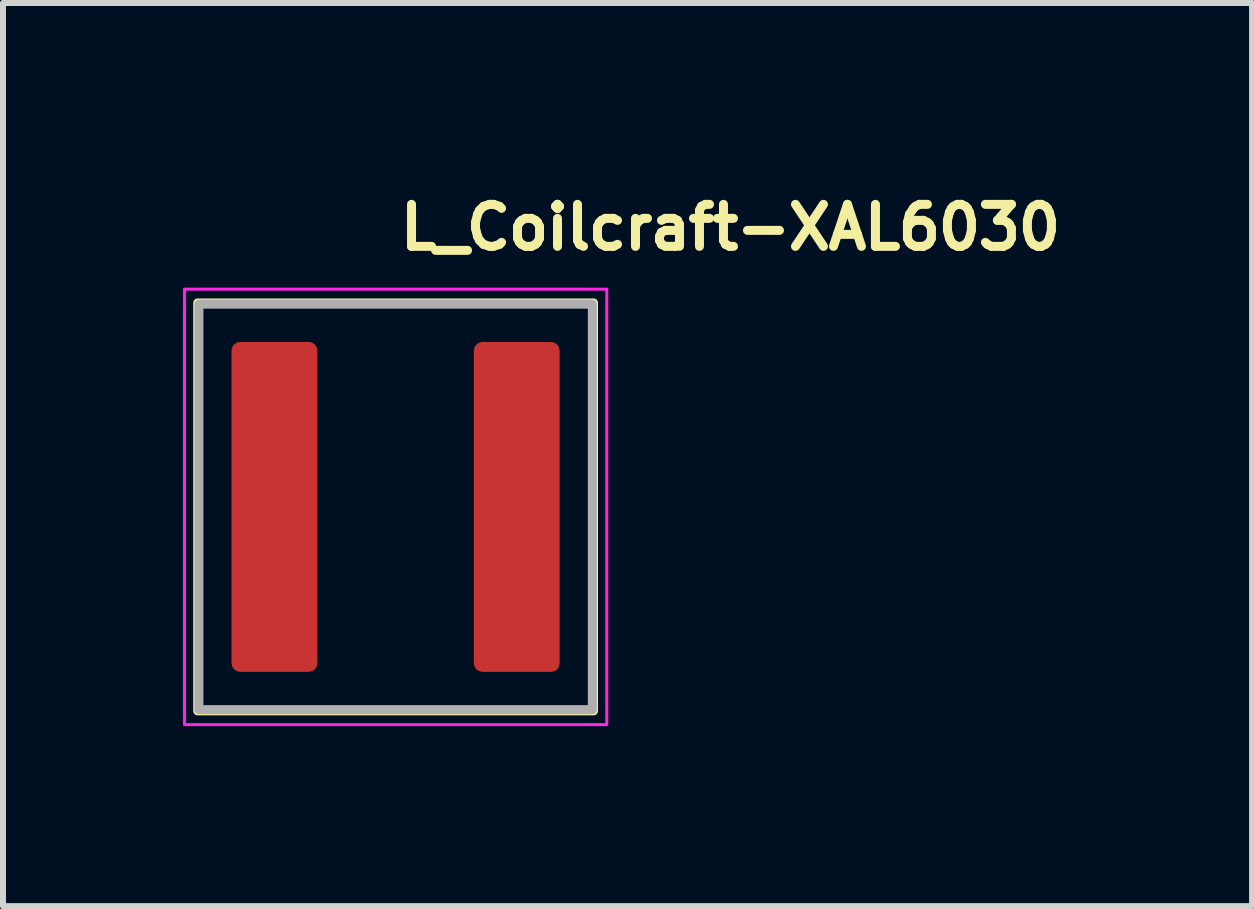
<source format=kicad_pcb>
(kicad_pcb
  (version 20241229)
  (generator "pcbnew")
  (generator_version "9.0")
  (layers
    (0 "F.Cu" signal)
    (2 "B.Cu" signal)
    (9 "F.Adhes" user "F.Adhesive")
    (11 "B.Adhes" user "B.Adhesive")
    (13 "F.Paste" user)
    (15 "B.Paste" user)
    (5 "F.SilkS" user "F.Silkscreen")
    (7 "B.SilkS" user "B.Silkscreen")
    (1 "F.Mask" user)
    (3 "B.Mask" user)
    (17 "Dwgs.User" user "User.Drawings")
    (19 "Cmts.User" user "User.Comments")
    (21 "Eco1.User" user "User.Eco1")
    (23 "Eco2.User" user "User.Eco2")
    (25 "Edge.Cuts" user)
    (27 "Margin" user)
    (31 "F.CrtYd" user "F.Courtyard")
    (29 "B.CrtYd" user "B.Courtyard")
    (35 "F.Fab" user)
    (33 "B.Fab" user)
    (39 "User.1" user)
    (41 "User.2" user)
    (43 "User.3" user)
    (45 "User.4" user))
  (footprint "L_Coilcraft-XAL6030"
    (layer "F.Cu")
    (at 3.545 5.4)
    (property "Reference" "L_Coilcraft-XAL6030" (at 0 -4.25 0) (unlocked yes) (layer "F.SilkS") (effects (font (size 0.7 0.7) (thickness 0.15)) (justify left bottom)))
    (attr smd)
    (fp_rect (start -3.299 -3.4) (end 3.299 3.4) (stroke (width 0.15) (type solid)) (fill no) (layer "F.SilkS"))
    (fp_rect (start -3.52 -3.63) (end 3.52 3.63) (stroke (width 0.05) (type solid)) (fill no) (layer "F.CrtYd"))
    (fp_rect (start -3.279 -3.38) (end 3.279 3.38) (stroke (width 0.15) (type solid)) (fill no) (layer "F.Fab"))
    (fp_rect (start -3.279 -3.38) (end 3.279 3.38) (stroke (width 0.1) (type solid)) (fill no) (layer "User.5"))
    (fp_line (start -3.279 -3.142) (end -3.278 -3.154) (stroke (width 0.02) (type solid)) (layer "User.9"))
    (fp_line (start -3.279 -3.13) (end -3.279 -3.142) (stroke (width 0.02) (type solid)) (layer "User.9"))
    (fp_line (start -3.279 -3.13) (end -3.279 3.13) (stroke (width 0.02) (type solid)) (layer "User.9"))
    (fp_line (start -3.279 3.142) (end -3.279 3.13) (stroke (width 0.02) (type solid)) (layer "User.9"))
    (fp_line (start -3.278 -3.154) (end -3.277 -3.166) (stroke (width 0.02) (type solid)) (layer "User.9"))
    (fp_line (start -3.278 3.154) (end -3.279 3.142) (stroke (width 0.02) (type solid)) (layer "User.9"))
    (fp_line (start -3.277 -3.166) (end -3.275 -3.178) (stroke (width 0.02) (type solid)) (layer "User.9"))
    (fp_line (start -3.277 3.166) (end -3.278 3.154) (stroke (width 0.02) (type solid)) (layer "User.9"))
    (fp_line (start -3.275 -3.178) (end -3.272 -3.19) (stroke (width 0.02) (type solid)) (layer "User.9"))
    (fp_line (start -3.275 3.178) (end -3.277 3.166) (stroke (width 0.02) (type solid)) (layer "User.9"))
    (fp_line (start -3.272 -3.19) (end -3.269 -3.202) (stroke (width 0.02) (type solid)) (layer "User.9"))
    (fp_line (start -3.272 3.19) (end -3.275 3.178) (stroke (width 0.02) (type solid)) (layer "User.9"))
    (fp_line (start -3.269 -3.202) (end -3.265 -3.214) (stroke (width 0.02) (type solid)) (layer "User.9"))
    (fp_line (start -3.269 3.202) (end -3.272 3.19) (stroke (width 0.02) (type solid)) (layer "User.9"))
    (fp_line (start -3.265 -3.214) (end -3.26 -3.225) (stroke (width 0.02) (type solid)) (layer "User.9"))
    (fp_line (start -3.265 3.214) (end -3.269 3.202) (stroke (width 0.02) (type solid)) (layer "User.9"))
    (fp_line (start -3.26 -3.225) (end -3.256 -3.236) (stroke (width 0.02) (type solid)) (layer "User.9"))
    (fp_line (start -3.26 3.225) (end -3.265 3.214) (stroke (width 0.02) (type solid)) (layer "User.9"))
    (fp_line (start -3.256 -3.236) (end -3.25 -3.247) (stroke (width 0.02) (type solid)) (layer "User.9"))
    (fp_line (start -3.256 3.236) (end -3.26 3.225) (stroke (width 0.02) (type solid)) (layer "User.9"))
    (fp_line (start -3.25 -3.247) (end -3.244 -3.258) (stroke (width 0.02) (type solid)) (layer "User.9"))
    (fp_line (start -3.25 3.247) (end -3.256 3.236) (stroke (width 0.02) (type solid)) (layer "User.9"))
    (fp_line (start -3.244 -3.258) (end -3.237 -3.268) (stroke (width 0.02) (type solid)) (layer "User.9"))
    (fp_line (start -3.244 3.258) (end -3.25 3.247) (stroke (width 0.02) (type solid)) (layer "User.9"))
    (fp_line (start -3.237 -3.268) (end -3.23 -3.278) (stroke (width 0.02) (type solid)) (layer "User.9"))
    (fp_line (start -3.237 3.268) (end -3.244 3.258) (stroke (width 0.02) (type solid)) (layer "User.9"))
    (fp_line (start -3.23 -3.278) (end -3.223 -3.288) (stroke (width 0.02) (type solid)) (layer "User.9"))
    (fp_line (start -3.23 3.278) (end -3.237 3.268) (stroke (width 0.02) (type solid)) (layer "User.9"))
    (fp_line (start -3.223 -3.288) (end -3.215 -3.297) (stroke (width 0.02) (type solid)) (layer "User.9"))
    (fp_line (start -3.223 3.288) (end -3.23 3.278) (stroke (width 0.02) (type solid)) (layer "User.9"))
    (fp_line (start -3.215 -3.297) (end -3.206 -3.306) (stroke (width 0.02) (type solid)) (layer "User.9"))
    (fp_line (start -3.215 3.297) (end -3.223 3.288) (stroke (width 0.02) (type solid)) (layer "User.9"))
    (fp_line (start -3.206 -3.306) (end -3.206 -3.306) (stroke (width 0.02) (type solid)) (layer "User.9"))
    (fp_line (start -3.206 -3.306) (end -3.197 -3.315) (stroke (width 0.02) (type solid)) (layer "User.9"))
    (fp_line (start -3.206 3.306) (end -3.215 3.297) (stroke (width 0.02) (type solid)) (layer "User.9"))
    (fp_line (start -3.206 3.306) (end -3.206 3.306) (stroke (width 0.02) (type solid)) (layer "User.9"))
    (fp_line (start -3.197 -3.315) (end -3.188 -3.323) (stroke (width 0.02) (type solid)) (layer "User.9"))
    (fp_line (start -3.197 3.315) (end -3.206 3.306) (stroke (width 0.02) (type solid)) (layer "User.9"))
    (fp_line (start -3.188 -3.323) (end -3.178 -3.33) (stroke (width 0.02) (type solid)) (layer "User.9"))
    (fp_line (start -3.188 3.323) (end -3.197 3.315) (stroke (width 0.02) (type solid)) (layer "User.9"))
    (fp_line (start -3.178 -3.33) (end -3.168 -3.337) (stroke (width 0.02) (type solid)) (layer "User.9"))
    (fp_line (start -3.178 3.33) (end -3.188 3.323) (stroke (width 0.02) (type solid)) (layer "User.9"))
    (fp_line (start -3.168 -3.337) (end -3.158 -3.344) (stroke (width 0.02) (type solid)) (layer "User.9"))
    (fp_line (start -3.168 3.337) (end -3.178 3.33) (stroke (width 0.02) (type solid)) (layer "User.9"))
    (fp_line (start -3.158 -3.344) (end -3.147 -3.35) (stroke (width 0.02) (type solid)) (layer "User.9"))
    (fp_line (start -3.158 3.344) (end -3.168 3.337) (stroke (width 0.02) (type solid)) (layer "User.9"))
    (fp_line (start -3.147 -3.35) (end -3.136 -3.356) (stroke (width 0.02) (type solid)) (layer "User.9"))
    (fp_line (start -3.147 3.35) (end -3.158 3.344) (stroke (width 0.02) (type solid)) (layer "User.9"))
    (fp_line (start -3.136 -3.356) (end -3.125 -3.36) (stroke (width 0.02) (type solid)) (layer "User.9"))
    (fp_line (start -3.136 3.356) (end -3.147 3.35) (stroke (width 0.02) (type solid)) (layer "User.9"))
    (fp_line (start -3.125 -3.36) (end -3.114 -3.365) (stroke (width 0.02) (type solid)) (layer "User.9"))
    (fp_line (start -3.125 3.36) (end -3.136 3.356) (stroke (width 0.02) (type solid)) (layer "User.9"))
    (fp_line (start -3.114 -3.365) (end -3.102 -3.369) (stroke (width 0.02) (type solid)) (layer "User.9"))
    (fp_line (start -3.114 3.365) (end -3.125 3.36) (stroke (width 0.02) (type solid)) (layer "User.9"))
    (fp_line (start -3.102 -3.369) (end -3.09 -3.372) (stroke (width 0.02) (type solid)) (layer "User.9"))
    (fp_line (start -3.102 3.369) (end -3.114 3.365) (stroke (width 0.02) (type solid)) (layer "User.9"))
    (fp_line (start -3.09 -3.372) (end -3.079 -3.375) (stroke (width 0.02) (type solid)) (layer "User.9"))
    (fp_line (start -3.09 3.372) (end -3.102 3.369) (stroke (width 0.02) (type solid)) (layer "User.9"))
    (fp_line (start -3.079 -3.375) (end -3.066 -3.377) (stroke (width 0.02) (type solid)) (layer "User.9"))
    (fp_line (start -3.079 3.375) (end -3.09 3.372) (stroke (width 0.02) (type solid)) (layer "User.9"))
    (fp_line (start -3.066 -3.377) (end -3.054 -3.378) (stroke (width 0.02) (type solid)) (layer "User.9"))
    (fp_line (start -3.066 3.377) (end -3.079 3.375) (stroke (width 0.02) (type solid)) (layer "User.9"))
    (fp_line (start -3.054 -3.378) (end -3.042 -3.379) (stroke (width 0.02) (type solid)) (layer "User.9"))
    (fp_line (start -3.054 3.378) (end -3.066 3.377) (stroke (width 0.02) (type solid)) (layer "User.9"))
    (fp_line (start -3.042 -3.379) (end -3.029 -3.38) (stroke (width 0.02) (type solid)) (layer "User.9"))
    (fp_line (start -3.042 3.379) (end -3.054 3.378) (stroke (width 0.02) (type solid)) (layer "User.9"))
    (fp_line (start -3.029 3.38) (end -3.042 3.379) (stroke (width 0.02) (type solid)) (layer "User.9"))
    (fp_line (start -3.029 3.38) (end 3.029 3.38) (stroke (width 0.02) (type solid)) (layer "User.9"))
    (fp_line (start -2.592 -3) (end -2.342 -3) (stroke (width 0.02) (type solid)) (layer "User.9"))
    (fp_line (start -2.592 3) (end -2.592 -3) (stroke (width 0.02) (type solid)) (layer "User.9"))
    (fp_line (start -2.342 -3) (end -2.342 3) (stroke (width 0.02) (type solid)) (layer "User.9"))
    (fp_line (start -2.342 3) (end -2.592 3) (stroke (width 0.02) (type solid)) (layer "User.9"))
    (fp_line (start 3.029 -3.38) (end -3.029 -3.38) (stroke (width 0.02) (type solid)) (layer "User.9"))
    (fp_line (start 3.029 -3.38) (end 3.042 -3.379) (stroke (width 0.02) (type solid)) (layer "User.9"))
    (fp_line (start 3.042 -3.379) (end 3.054 -3.378) (stroke (width 0.02) (type solid)) (layer "User.9"))
    (fp_line (start 3.042 3.379) (end 3.029 3.38) (stroke (width 0.02) (type solid)) (layer "User.9"))
    (fp_line (start 3.054 -3.378) (end 3.066 -3.377) (stroke (width 0.02) (type solid)) (layer "User.9"))
    (fp_line (start 3.054 3.378) (end 3.042 3.379) (stroke (width 0.02) (type solid)) (layer "User.9"))
    (fp_line (start 3.066 -3.377) (end 3.079 -3.375) (stroke (width 0.02) (type solid)) (layer "User.9"))
    (fp_line (start 3.066 3.377) (end 3.054 3.378) (stroke (width 0.02) (type solid)) (layer "User.9"))
    (fp_line (start 3.079 -3.375) (end 3.09 -3.372) (stroke (width 0.02) (type solid)) (layer "User.9"))
    (fp_line (start 3.079 3.375) (end 3.066 3.377) (stroke (width 0.02) (type solid)) (layer "User.9"))
    (fp_line (start 3.09 -3.372) (end 3.102 -3.369) (stroke (width 0.02) (type solid)) (layer "User.9"))
    (fp_line (start 3.09 3.372) (end 3.079 3.375) (stroke (width 0.02) (type solid)) (layer "User.9"))
    (fp_line (start 3.102 -3.369) (end 3.114 -3.365) (stroke (width 0.02) (type solid)) (layer "User.9"))
    (fp_line (start 3.102 3.369) (end 3.09 3.372) (stroke (width 0.02) (type solid)) (layer "User.9"))
    (fp_line (start 3.114 -3.365) (end 3.125 -3.36) (stroke (width 0.02) (type solid)) (layer "User.9"))
    (fp_line (start 3.114 3.365) (end 3.102 3.369) (stroke (width 0.02) (type solid)) (layer "User.9"))
    (fp_line (start 3.125 -3.36) (end 3.136 -3.356) (stroke (width 0.02) (type solid)) (layer "User.9"))
    (fp_line (start 3.125 3.36) (end 3.114 3.365) (stroke (width 0.02) (type solid)) (layer "User.9"))
    (fp_line (start 3.136 -3.356) (end 3.147 -3.35) (stroke (width 0.02) (type solid)) (layer "User.9"))
    (fp_line (start 3.136 3.356) (end 3.125 3.36) (stroke (width 0.02) (type solid)) (layer "User.9"))
    (fp_line (start 3.147 -3.35) (end 3.158 -3.344) (stroke (width 0.02) (type solid)) (layer "User.9"))
    (fp_line (start 3.147 3.35) (end 3.136 3.356) (stroke (width 0.02) (type solid)) (layer "User.9"))
    (fp_line (start 3.158 -3.344) (end 3.168 -3.337) (stroke (width 0.02) (type solid)) (layer "User.9"))
    (fp_line (start 3.158 3.344) (end 3.147 3.35) (stroke (width 0.02) (type solid)) (layer "User.9"))
    (fp_line (start 3.168 -3.337) (end 3.178 -3.33) (stroke (width 0.02) (type solid)) (layer "User.9"))
    (fp_line (start 3.168 3.337) (end 3.158 3.344) (stroke (width 0.02) (type solid)) (layer "User.9"))
    (fp_line (start 3.178 -3.33) (end 3.188 -3.323) (stroke (width 0.02) (type solid)) (layer "User.9"))
    (fp_line (start 3.178 3.33) (end 3.168 3.337) (stroke (width 0.02) (type solid)) (layer "User.9"))
    (fp_line (start 3.188 -3.323) (end 3.197 -3.315) (stroke (width 0.02) (type solid)) (layer "User.9"))
    (fp_line (start 3.188 3.323) (end 3.178 3.33) (stroke (width 0.02) (type solid)) (layer "User.9"))
    (fp_line (start 3.197 -3.315) (end 3.206 -3.306) (stroke (width 0.02) (type solid)) (layer "User.9"))
    (fp_line (start 3.197 3.315) (end 3.188 3.323) (stroke (width 0.02) (type solid)) (layer "User.9"))
    (fp_line (start 3.206 -3.306) (end 3.206 -3.306) (stroke (width 0.02) (type solid)) (layer "User.9"))
    (fp_line (start 3.206 -3.306) (end 3.215 -3.297) (stroke (width 0.02) (type solid)) (layer "User.9"))
    (fp_line (start 3.206 3.306) (end 3.197 3.315) (stroke (width 0.02) (type solid)) (layer "User.9"))
    (fp_line (start 3.206 3.306) (end 3.206 3.306) (stroke (width 0.02) (type solid)) (layer "User.9"))
    (fp_line (start 3.215 -3.297) (end 3.223 -3.288) (stroke (width 0.02) (type solid)) (layer "User.9"))
    (fp_line (start 3.215 3.297) (end 3.206 3.306) (stroke (width 0.02) (type solid)) (layer "User.9"))
    (fp_line (start 3.223 -3.288) (end 3.23 -3.278) (stroke (width 0.02) (type solid)) (layer "User.9"))
    (fp_line (start 3.223 3.288) (end 3.215 3.297) (stroke (width 0.02) (type solid)) (layer "User.9"))
    (fp_line (start 3.23 -3.278) (end 3.237 -3.268) (stroke (width 0.02) (type solid)) (layer "User.9"))
    (fp_line (start 3.23 3.278) (end 3.223 3.288) (stroke (width 0.02) (type solid)) (layer "User.9"))
    (fp_line (start 3.237 -3.268) (end 3.244 -3.258) (stroke (width 0.02) (type solid)) (layer "User.9"))
    (fp_line (start 3.237 3.268) (end 3.23 3.278) (stroke (width 0.02) (type solid)) (layer "User.9"))
    (fp_line (start 3.244 -3.258) (end 3.25 -3.247) (stroke (width 0.02) (type solid)) (layer "User.9"))
    (fp_line (start 3.244 3.258) (end 3.237 3.268) (stroke (width 0.02) (type solid)) (layer "User.9"))
    (fp_line (start 3.25 -3.247) (end 3.256 -3.236) (stroke (width 0.02) (type solid)) (layer "User.9"))
    (fp_line (start 3.25 3.247) (end 3.244 3.258) (stroke (width 0.02) (type solid)) (layer "User.9"))
    (fp_line (start 3.256 -3.236) (end 3.26 -3.225) (stroke (width 0.02) (type solid)) (layer "User.9"))
    (fp_line (start 3.256 3.236) (end 3.25 3.247) (stroke (width 0.02) (type solid)) (layer "User.9"))
    (fp_line (start 3.26 -3.225) (end 3.265 -3.214) (stroke (width 0.02) (type solid)) (layer "User.9"))
    (fp_line (start 3.26 3.225) (end 3.256 3.236) (stroke (width 0.02) (type solid)) (layer "User.9"))
    (fp_line (start 3.265 -3.214) (end 3.269 -3.202) (stroke (width 0.02) (type solid)) (layer "User.9"))
    (fp_line (start 3.265 3.214) (end 3.26 3.225) (stroke (width 0.02) (type solid)) (layer "User.9"))
    (fp_line (start 3.269 -3.202) (end 3.272 -3.19) (stroke (width 0.02) (type solid)) (layer "User.9"))
    (fp_line (start 3.269 3.202) (end 3.265 3.214) (stroke (width 0.02) (type solid)) (layer "User.9"))
    (fp_line (start 3.272 -3.19) (end 3.275 -3.178) (stroke (width 0.02) (type solid)) (layer "User.9"))
    (fp_line (start 3.272 3.19) (end 3.269 3.202) (stroke (width 0.02) (type solid)) (layer "User.9"))
    (fp_line (start 3.275 -3.178) (end 3.277 -3.166) (stroke (width 0.02) (type solid)) (layer "User.9"))
    (fp_line (start 3.275 3.178) (end 3.272 3.19) (stroke (width 0.02) (type solid)) (layer "User.9"))
    (fp_line (start 3.277 -3.166) (end 3.278 -3.154) (stroke (width 0.02) (type solid)) (layer "User.9"))
    (fp_line (start 3.277 3.166) (end 3.275 3.178) (stroke (width 0.02) (type solid)) (layer "User.9"))
    (fp_line (start 3.278 -3.154) (end 3.279 -3.142) (stroke (width 0.02) (type solid)) (layer "User.9"))
    (fp_line (start 3.278 3.154) (end 3.277 3.166) (stroke (width 0.02) (type solid)) (layer "User.9"))
    (fp_line (start 3.279 -3.142) (end 3.279 -3.13) (stroke (width 0.02) (type solid)) (layer "User.9"))
    (fp_line (start 3.279 3.13) (end 3.279 -3.13) (stroke (width 0.02) (type solid)) (layer "User.9"))
    (fp_line (start 3.279 3.13) (end 3.279 3.142) (stroke (width 0.02) (type solid)) (layer "User.9"))
    (fp_line (start 3.279 3.142) (end 3.278 3.154) (stroke (width 0.02) (type solid)) (layer "User.9"))
    (pad "1" smd roundrect (at -2.02 0) (size 1.43 5.5) (layers "F.Cu" "F.Mask" "F.Paste") (roundrect_rratio 0.1))
    (pad "2" smd roundrect (at 2.019 0) (size 1.43 5.5) (layers "F.Cu" "F.Mask" "F.Paste") (roundrect_rratio 0.1)))
  (gr_rect
    (start -3 -3)
    (end 17.822 12.055)
    (stroke (width 0.1) (type default))
    (fill no)
    (layer "Edge.Cuts")))
</source>
